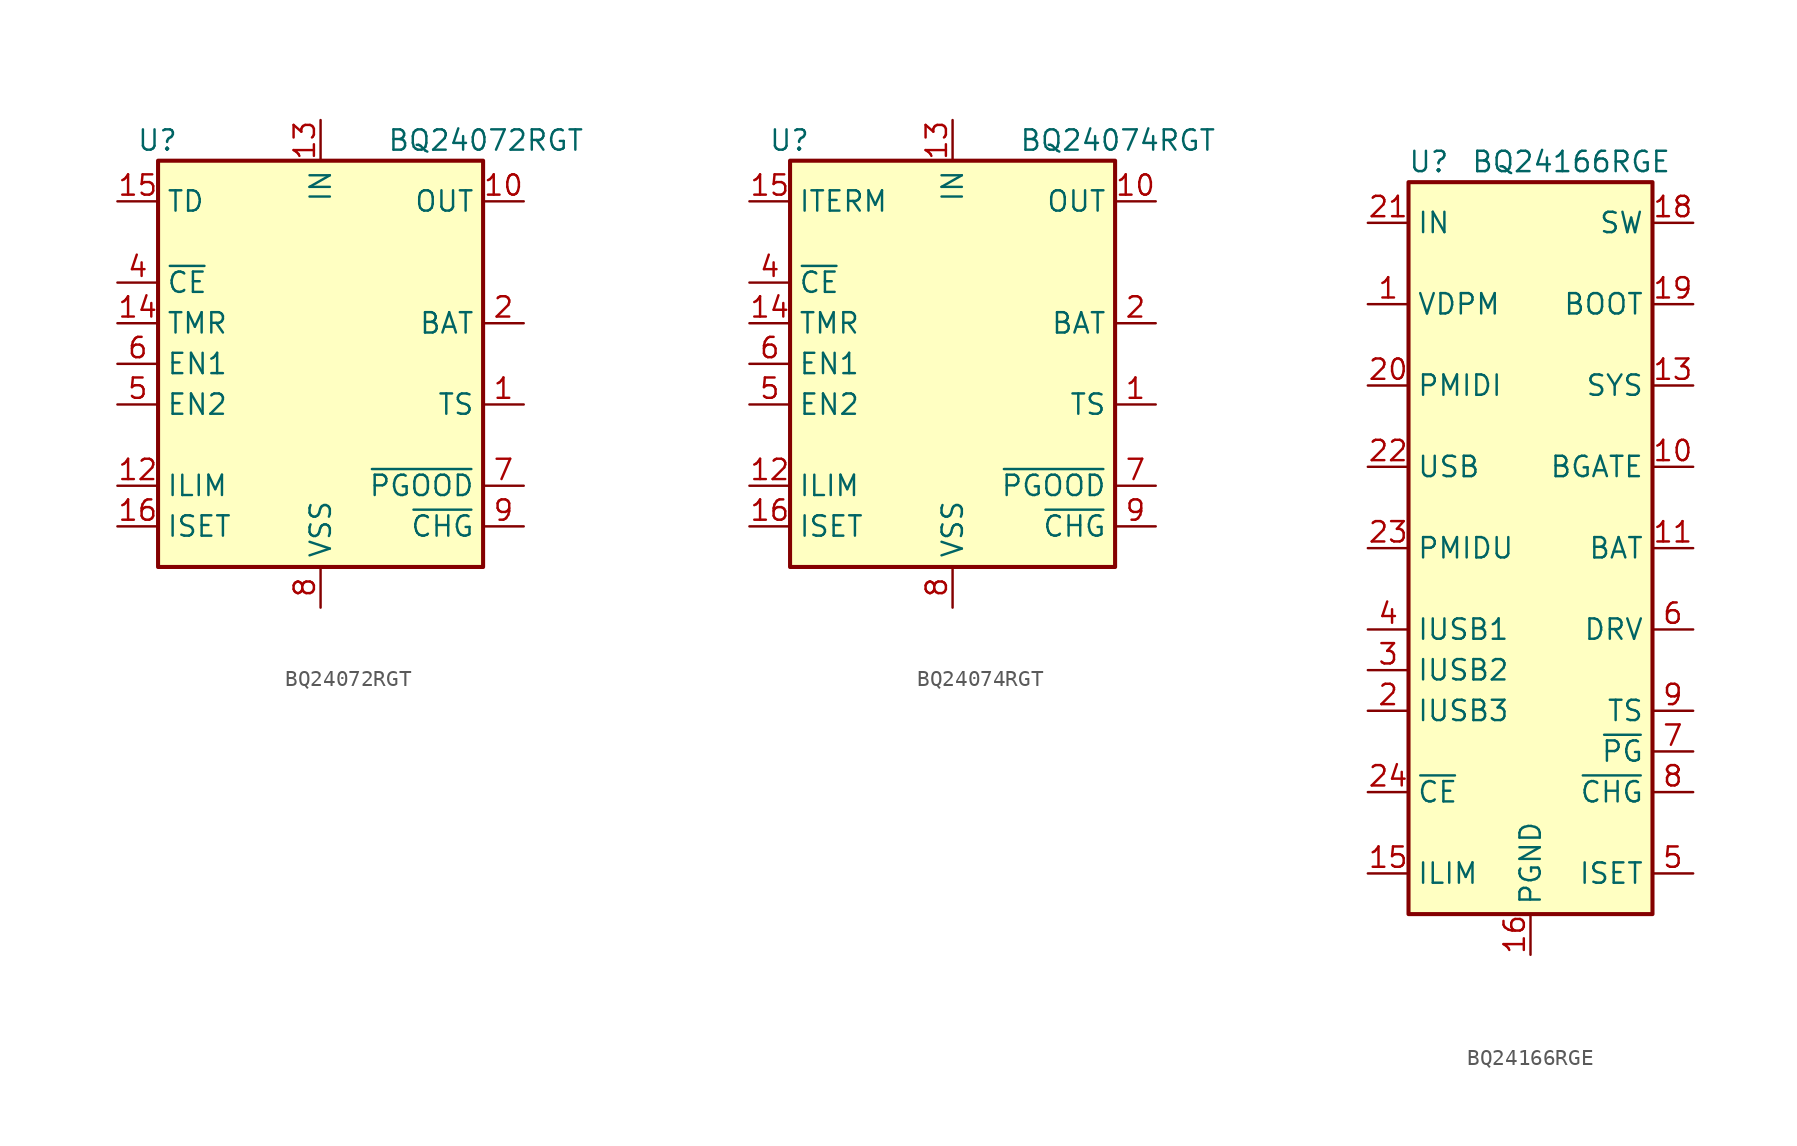
<source format=kicad_sym>
(kicad_symbol_lib
  (version 20211014)
  (generator kicad_symbol_editor)
  (symbol "BQ24072RGT"
    (property "Reference" "U"
      (at -8.89 13.97 0)
      (effects (font (size 1.27 1.27)) (justify right)))
    (property "Value" "BQ24072RGT"
      (at 16.51 13.97 0)
      (effects (font (size 1.27 1.27)) (justify right)))
    (symbol "BQ24072RGT_0_1"
      (rectangle (start -10.16 12.7) (end 10.16 -12.7) (stroke (width 0.254) (type default) (color 0 0 0 0)) (fill (type background))))
    (symbol "BQ24072RGT_1_1"
      (pin passive line (at 12.7 -2.54 180) (length 2.54) (name "TS" (effects (font (size 1.27 1.27)))) (number "1" (effects (font (size 1.27 1.27)))))
      (pin power_out line (at 12.7 10.16 180) (length 2.54) (name "OUT" (effects (font (size 1.27 1.27)))) (number "10" (effects (font (size 1.27 1.27)))))
      (pin passive line (at 12.7 10.16 180) (length 2.54) hide (name "OUT" (effects (font (size 1.27 1.27)))) (number "11" (effects (font (size 1.27 1.27)))))
      (pin passive line (at -12.7 -7.62 0) (length 2.54) (name "ILIM" (effects (font (size 1.27 1.27)))) (number "12" (effects (font (size 1.27 1.27)))))
      (pin power_in line (at 0 15.24 270) (length 2.54) (name "IN" (effects (font (size 1.27 1.27)))) (number "13" (effects (font (size 1.27 1.27)))))
      (pin input line (at -12.7 2.54 0) (length 2.54) (name "TMR" (effects (font (size 1.27 1.27)))) (number "14" (effects (font (size 1.27 1.27)))))
      (pin input line (at -12.7 10.16 0) (length 2.54) (name "TD" (effects (font (size 1.27 1.27)))) (number "15" (effects (font (size 1.27 1.27)))))
      (pin passive line (at -12.7 -10.16 0) (length 2.54) (name "ISET" (effects (font (size 1.27 1.27)))) (number "16" (effects (font (size 1.27 1.27)))))
      (pin passive line (at 0 -15.24 90) (length 2.54) hide (name "VSS" (effects (font (size 1.27 1.27)))) (number "17" (effects (font (size 1.27 1.27)))))
      (pin power_out line (at 12.7 2.54 180) (length 2.54) (name "BAT" (effects (font (size 1.27 1.27)))) (number "2" (effects (font (size 1.27 1.27)))))
      (pin passive line (at 12.7 2.54 180) (length 2.54) hide (name "BAT" (effects (font (size 1.27 1.27)))) (number "3" (effects (font (size 1.27 1.27)))))
      (pin input line (at -12.7 5.08 0) (length 2.54) (name "~{CE}" (effects (font (size 1.27 1.27)))) (number "4" (effects (font (size 1.27 1.27)))))
      (pin input line (at -12.7 -2.54 0) (length 2.54) (name "EN2" (effects (font (size 1.27 1.27)))) (number "5" (effects (font (size 1.27 1.27)))))
      (pin input line (at -12.7 0 0) (length 2.54) (name "EN1" (effects (font (size 1.27 1.27)))) (number "6" (effects (font (size 1.27 1.27)))))
      (pin open_collector line (at 12.7 -7.62 180) (length 2.54) (name "~{PGOOD}" (effects (font (size 1.27 1.27)))) (number "7" (effects (font (size 1.27 1.27)))))
      (pin power_in line (at 0 -15.24 90) (length 2.54) (name "VSS" (effects (font (size 1.27 1.27)))) (number "8" (effects (font (size 1.27 1.27)))))
      (pin open_collector line (at 12.7 -10.16 180) (length 2.54) (name "~{CHG}" (effects (font (size 1.27 1.27)))) (number "9" (effects (font (size 1.27 1.27)))))))
  (symbol "BQ24074RGT"
    (property "Reference" "U"
      (at -8.89 13.97 0)
      (effects (font (size 1.27 1.27)) (justify right)))
    (property "Value" "BQ24074RGT"
      (at 16.51 13.97 0)
      (effects (font (size 1.27 1.27)) (justify right)))
    (symbol "BQ24074RGT_0_1"
      (rectangle (start -10.16 12.7) (end 10.16 -12.7) (stroke (width 0.254) (type default) (color 0 0 0 0)) (fill (type background))))
    (symbol "BQ24074RGT_1_1"
      (pin passive line (at 12.7 -2.54 180) (length 2.54) (name "TS" (effects (font (size 1.27 1.27)))) (number "1" (effects (font (size 1.27 1.27)))))
      (pin power_out line (at 12.7 10.16 180) (length 2.54) (name "OUT" (effects (font (size 1.27 1.27)))) (number "10" (effects (font (size 1.27 1.27)))))
      (pin passive line (at 12.7 10.16 180) (length 2.54) hide (name "OUT" (effects (font (size 1.27 1.27)))) (number "11" (effects (font (size 1.27 1.27)))))
      (pin passive line (at -12.7 -7.62 0) (length 2.54) (name "ILIM" (effects (font (size 1.27 1.27)))) (number "12" (effects (font (size 1.27 1.27)))))
      (pin power_in line (at 0 15.24 270) (length 2.54) (name "IN" (effects (font (size 1.27 1.27)))) (number "13" (effects (font (size 1.27 1.27)))))
      (pin input line (at -12.7 2.54 0) (length 2.54) (name "TMR" (effects (font (size 1.27 1.27)))) (number "14" (effects (font (size 1.27 1.27)))))
      (pin input line (at -12.7 10.16 0) (length 2.54) (name "ITERM" (effects (font (size 1.27 1.27)))) (number "15" (effects (font (size 1.27 1.27)))))
      (pin passive line (at -12.7 -10.16 0) (length 2.54) (name "ISET" (effects (font (size 1.27 1.27)))) (number "16" (effects (font (size 1.27 1.27)))))
      (pin passive line (at 0 -15.24 90) (length 2.54) hide (name "VSS" (effects (font (size 1.27 1.27)))) (number "17" (effects (font (size 1.27 1.27)))))
      (pin power_out line (at 12.7 2.54 180) (length 2.54) (name "BAT" (effects (font (size 1.27 1.27)))) (number "2" (effects (font (size 1.27 1.27)))))
      (pin passive line (at 12.7 2.54 180) (length 2.54) hide (name "BAT" (effects (font (size 1.27 1.27)))) (number "3" (effects (font (size 1.27 1.27)))))
      (pin input line (at -12.7 5.08 0) (length 2.54) (name "~{CE}" (effects (font (size 1.27 1.27)))) (number "4" (effects (font (size 1.27 1.27)))))
      (pin input line (at -12.7 -2.54 0) (length 2.54) (name "EN2" (effects (font (size 1.27 1.27)))) (number "5" (effects (font (size 1.27 1.27)))))
      (pin input line (at -12.7 0 0) (length 2.54) (name "EN1" (effects (font (size 1.27 1.27)))) (number "6" (effects (font (size 1.27 1.27)))))
      (pin open_collector line (at 12.7 -7.62 180) (length 2.54) (name "~{PGOOD}" (effects (font (size 1.27 1.27)))) (number "7" (effects (font (size 1.27 1.27)))))
      (pin power_in line (at 0 -15.24 90) (length 2.54) (name "VSS" (effects (font (size 1.27 1.27)))) (number "8" (effects (font (size 1.27 1.27)))))
      (pin open_collector line (at 12.7 -10.16 180) (length 2.54) (name "~{CHG}" (effects (font (size 1.27 1.27)))) (number "9" (effects (font (size 1.27 1.27)))))))
  (symbol "BQ24166RGE"
    (property "Reference" "U"
      (at -6.35 24.13 0)
      (effects (font (size 1.27 1.27))))
    (property "Value" "BQ24166RGE"
      (at 2.54 24.13 0)
      (effects (font (size 1.27 1.27))))
    (symbol "BQ24166RGE_0_1"
      (rectangle (start -7.62 22.86) (end 7.62 -22.86) (stroke (width 0.254) (type default) (color 0 0 0 0)) (fill (type background))))
    (symbol "BQ24166RGE_1_1"
      (pin input line (at -10.16 15.24 0) (length 2.54) (name "VDPM" (effects (font (size 1.27 1.27)))) (number "1" (effects (font (size 1.27 1.27)))))
      (pin output line (at 10.16 5.08 180) (length 2.54) (name "BGATE" (effects (font (size 1.27 1.27)))) (number "10" (effects (font (size 1.27 1.27)))))
      (pin passive line (at 10.16 0 180) (length 2.54) (name "BAT" (effects (font (size 1.27 1.27)))) (number "11" (effects (font (size 1.27 1.27)))))
      (pin passive line (at 10.16 0 180) (length 2.54) hide (name "BAT" (effects (font (size 1.27 1.27)))) (number "12" (effects (font (size 1.27 1.27)))))
      (pin power_out line (at 10.16 10.16 180) (length 2.54) (name "SYS" (effects (font (size 1.27 1.27)))) (number "13" (effects (font (size 1.27 1.27)))))
      (pin passive line (at 10.16 10.16 180) (length 2.54) hide (name "SYS" (effects (font (size 1.27 1.27)))) (number "14" (effects (font (size 1.27 1.27)))))
      (pin passive line (at -10.16 -20.32 0) (length 2.54) (name "ILIM" (effects (font (size 1.27 1.27)))) (number "15" (effects (font (size 1.27 1.27)))))
      (pin power_in line (at 0 -25.4 90) (length 2.54) (name "PGND" (effects (font (size 1.27 1.27)))) (number "16" (effects (font (size 1.27 1.27)))))
      (pin passive line (at 0 -25.4 90) (length 2.54) hide (name "PGND" (effects (font (size 1.27 1.27)))) (number "17" (effects (font (size 1.27 1.27)))))
      (pin passive line (at 10.16 20.32 180) (length 2.54) (name "SW" (effects (font (size 1.27 1.27)))) (number "18" (effects (font (size 1.27 1.27)))))
      (pin passive line (at 10.16 15.24 180) (length 2.54) (name "BOOT" (effects (font (size 1.27 1.27)))) (number "19" (effects (font (size 1.27 1.27)))))
      (pin passive line (at -10.16 -10.16 0) (length 2.54) (name "IUSB3" (effects (font (size 1.27 1.27)))) (number "2" (effects (font (size 1.27 1.27)))))
      (pin passive line (at -10.16 10.16 0) (length 2.54) (name "PMIDI" (effects (font (size 1.27 1.27)))) (number "20" (effects (font (size 1.27 1.27)))))
      (pin input line (at -10.16 20.32 0) (length 2.54) (name "IN" (effects (font (size 1.27 1.27)))) (number "21" (effects (font (size 1.27 1.27)))))
      (pin power_in line (at -10.16 5.08 0) (length 2.54) (name "USB" (effects (font (size 1.27 1.27)))) (number "22" (effects (font (size 1.27 1.27)))))
      (pin passive line (at -10.16 0 0) (length 2.54) (name "PMIDU" (effects (font (size 1.27 1.27)))) (number "23" (effects (font (size 1.27 1.27)))))
      (pin input line (at -10.16 -15.24 0) (length 2.54) (name "~{CE}" (effects (font (size 1.27 1.27)))) (number "24" (effects (font (size 1.27 1.27)))))
      (pin passive line (at 0 -25.4 90) (length 2.54) hide (name "PGND" (effects (font (size 1.27 1.27)))) (number "25" (effects (font (size 1.27 1.27)))))
      (pin passive line (at -10.16 -7.62 0) (length 2.54) (name "IUSB2" (effects (font (size 1.27 1.27)))) (number "3" (effects (font (size 1.27 1.27)))))
      (pin passive line (at -10.16 -5.08 0) (length 2.54) (name "IUSB1" (effects (font (size 1.27 1.27)))) (number "4" (effects (font (size 1.27 1.27)))))
      (pin passive line (at 10.16 -20.32 180) (length 2.54) (name "ISET" (effects (font (size 1.27 1.27)))) (number "5" (effects (font (size 1.27 1.27)))))
      (pin output line (at 10.16 -5.08 180) (length 2.54) (name "DRV" (effects (font (size 1.27 1.27)))) (number "6" (effects (font (size 1.27 1.27)))))
      (pin open_collector line (at 10.16 -12.7 180) (length 2.54) (name "~{PG}" (effects (font (size 1.27 1.27)))) (number "7" (effects (font (size 1.27 1.27)))))
      (pin open_collector line (at 10.16 -15.24 180) (length 2.54) (name "~{CHG}" (effects (font (size 1.27 1.27)))) (number "8" (effects (font (size 1.27 1.27)))))
      (pin passive line (at 10.16 -10.16 180) (length 2.54) (name "TS" (effects (font (size 1.27 1.27)))) (number "9" (effects (font (size 1.27 1.27))))))))
</source>
